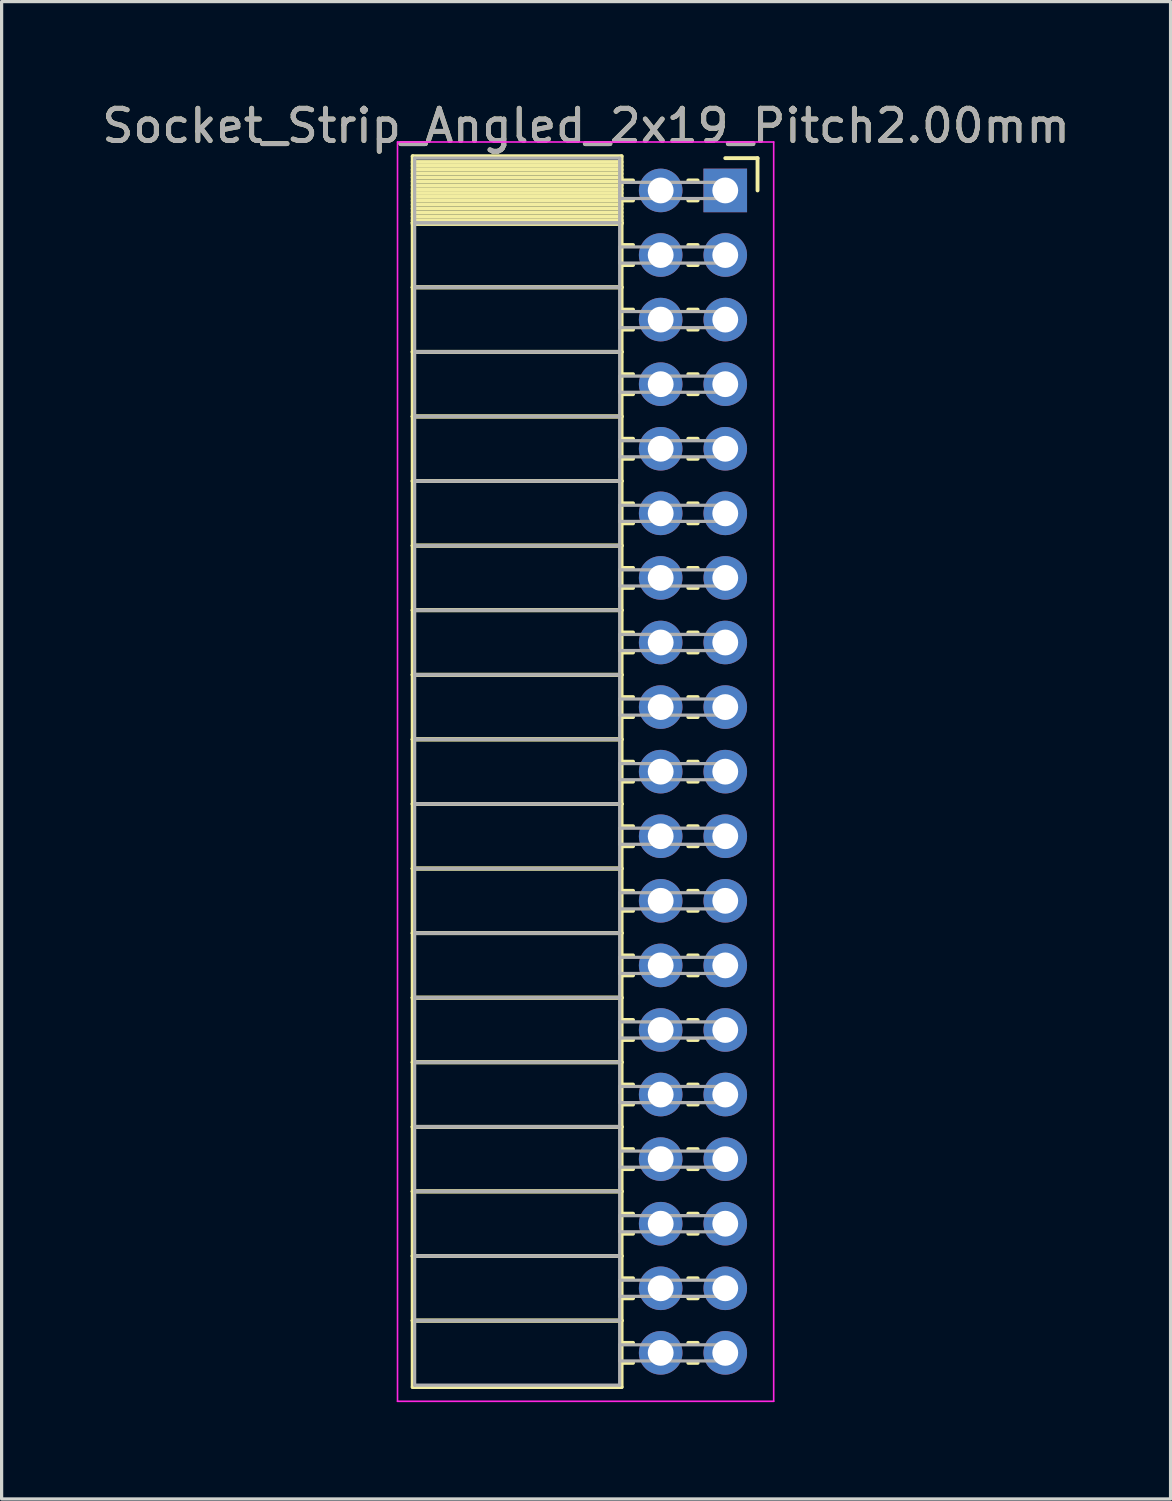
<source format=kicad_pcb>
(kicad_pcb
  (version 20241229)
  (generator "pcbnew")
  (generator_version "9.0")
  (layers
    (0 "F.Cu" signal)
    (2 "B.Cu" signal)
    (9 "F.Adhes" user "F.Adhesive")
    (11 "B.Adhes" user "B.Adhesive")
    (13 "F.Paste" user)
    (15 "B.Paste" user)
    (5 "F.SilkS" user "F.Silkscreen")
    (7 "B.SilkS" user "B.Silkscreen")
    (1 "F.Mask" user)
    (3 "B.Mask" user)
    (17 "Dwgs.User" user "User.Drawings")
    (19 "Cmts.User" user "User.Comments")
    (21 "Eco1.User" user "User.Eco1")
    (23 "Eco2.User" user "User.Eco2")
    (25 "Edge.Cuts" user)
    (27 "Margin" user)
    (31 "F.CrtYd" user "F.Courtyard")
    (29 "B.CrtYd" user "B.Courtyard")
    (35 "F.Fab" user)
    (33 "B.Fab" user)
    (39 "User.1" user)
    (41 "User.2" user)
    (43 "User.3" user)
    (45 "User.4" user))
  (footprint "Socket_Strip_Angled_2x19_Pitch2.00mm"
    (layer "F.Cu")
    (at 19.411 2.848)
    (property "Reference" "Socket_Strip_Angled_2x19_Pitch2.00mm" (at -4.31 -2 0) (layer "F.SilkS") (effects (font (size 1 1) (thickness 0.15))))
    (attr through_hole)
    (fp_line (start -9.68 -1.06) (end -3.21 -1.06) (stroke (width 0.12) (type solid)) (layer "F.SilkS"))
    (fp_line (start -9.68 1) (end -9.68 -1.06) (stroke (width 0.12) (type solid)) (layer "F.SilkS"))
    (fp_line (start -9.68 1) (end -3.21 1) (stroke (width 0.12) (type solid)) (layer "F.SilkS"))
    (fp_line (start -9.68 3) (end -9.68 1) (stroke (width 0.12) (type solid)) (layer "F.SilkS"))
    (fp_line (start -9.68 3) (end -3.21 3) (stroke (width 0.12) (type solid)) (layer "F.SilkS"))
    (fp_line (start -9.68 5) (end -9.68 3) (stroke (width 0.12) (type solid)) (layer "F.SilkS"))
    (fp_line (start -9.68 5) (end -3.21 5) (stroke (width 0.12) (type solid)) (layer "F.SilkS"))
    (fp_line (start -9.68 7) (end -9.68 5) (stroke (width 0.12) (type solid)) (layer "F.SilkS"))
    (fp_line (start -9.68 7) (end -3.21 7) (stroke (width 0.12) (type solid)) (layer "F.SilkS"))
    (fp_line (start -9.68 9) (end -9.68 7) (stroke (width 0.12) (type solid)) (layer "F.SilkS"))
    (fp_line (start -9.68 9) (end -3.21 9) (stroke (width 0.12) (type solid)) (layer "F.SilkS"))
    (fp_line (start -9.68 11) (end -9.68 9) (stroke (width 0.12) (type solid)) (layer "F.SilkS"))
    (fp_line (start -9.68 11) (end -3.21 11) (stroke (width 0.12) (type solid)) (layer "F.SilkS"))
    (fp_line (start -9.68 13) (end -9.68 11) (stroke (width 0.12) (type solid)) (layer "F.SilkS"))
    (fp_line (start -9.68 13) (end -3.21 13) (stroke (width 0.12) (type solid)) (layer "F.SilkS"))
    (fp_line (start -9.68 15) (end -9.68 13) (stroke (width 0.12) (type solid)) (layer "F.SilkS"))
    (fp_line (start -9.68 15) (end -3.21 15) (stroke (width 0.12) (type solid)) (layer "F.SilkS"))
    (fp_line (start -9.68 17) (end -9.68 15) (stroke (width 0.12) (type solid)) (layer "F.SilkS"))
    (fp_line (start -9.68 17) (end -3.21 17) (stroke (width 0.12) (type solid)) (layer "F.SilkS"))
    (fp_line (start -9.68 19) (end -9.68 17) (stroke (width 0.12) (type solid)) (layer "F.SilkS"))
    (fp_line (start -9.68 19) (end -3.21 19) (stroke (width 0.12) (type solid)) (layer "F.SilkS"))
    (fp_line (start -9.68 21) (end -9.68 19) (stroke (width 0.12) (type solid)) (layer "F.SilkS"))
    (fp_line (start -9.68 21) (end -3.21 21) (stroke (width 0.12) (type solid)) (layer "F.SilkS"))
    (fp_line (start -9.68 23) (end -9.68 21) (stroke (width 0.12) (type solid)) (layer "F.SilkS"))
    (fp_line (start -9.68 23) (end -3.21 23) (stroke (width 0.12) (type solid)) (layer "F.SilkS"))
    (fp_line (start -9.68 25) (end -9.68 23) (stroke (width 0.12) (type solid)) (layer "F.SilkS"))
    (fp_line (start -9.68 25) (end -3.21 25) (stroke (width 0.12) (type solid)) (layer "F.SilkS"))
    (fp_line (start -9.68 27) (end -9.68 25) (stroke (width 0.12) (type solid)) (layer "F.SilkS"))
    (fp_line (start -9.68 27) (end -3.21 27) (stroke (width 0.12) (type solid)) (layer "F.SilkS"))
    (fp_line (start -9.68 29) (end -9.68 27) (stroke (width 0.12) (type solid)) (layer "F.SilkS"))
    (fp_line (start -9.68 29) (end -3.21 29) (stroke (width 0.12) (type solid)) (layer "F.SilkS"))
    (fp_line (start -9.68 31) (end -9.68 29) (stroke (width 0.12) (type solid)) (layer "F.SilkS"))
    (fp_line (start -9.68 31) (end -3.21 31) (stroke (width 0.12) (type solid)) (layer "F.SilkS"))
    (fp_line (start -9.68 33) (end -9.68 31) (stroke (width 0.12) (type solid)) (layer "F.SilkS"))
    (fp_line (start -9.68 33) (end -3.21 33) (stroke (width 0.12) (type solid)) (layer "F.SilkS"))
    (fp_line (start -9.68 35) (end -9.68 33) (stroke (width 0.12) (type solid)) (layer "F.SilkS"))
    (fp_line (start -9.68 35) (end -3.21 35) (stroke (width 0.12) (type solid)) (layer "F.SilkS"))
    (fp_line (start -9.68 37.06) (end -9.68 35) (stroke (width 0.12) (type solid)) (layer "F.SilkS"))
    (fp_line (start -3.21 -1.06) (end -3.21 1) (stroke (width 0.12) (type solid)) (layer "F.SilkS"))
    (fp_line (start -3.21 -0.88) (end -9.68 -0.88) (stroke (width 0.12) (type solid)) (layer "F.SilkS"))
    (fp_line (start -3.21 -0.76) (end -9.68 -0.76) (stroke (width 0.12) (type solid)) (layer "F.SilkS"))
    (fp_line (start -3.21 -0.64) (end -9.68 -0.64) (stroke (width 0.12) (type solid)) (layer "F.SilkS"))
    (fp_line (start -3.21 -0.52) (end -9.68 -0.52) (stroke (width 0.12) (type solid)) (layer "F.SilkS"))
    (fp_line (start -3.21 -0.4) (end -9.68 -0.4) (stroke (width 0.12) (type solid)) (layer "F.SilkS"))
    (fp_line (start -3.21 -0.28) (end -9.68 -0.28) (stroke (width 0.12) (type solid)) (layer "F.SilkS"))
    (fp_line (start -3.21 -0.16) (end -9.68 -0.16) (stroke (width 0.12) (type solid)) (layer "F.SilkS"))
    (fp_line (start -3.21 -0.04) (end -9.68 -0.04) (stroke (width 0.12) (type solid)) (layer "F.SilkS"))
    (fp_line (start -3.21 0.08) (end -9.68 0.08) (stroke (width 0.12) (type solid)) (layer "F.SilkS"))
    (fp_line (start -3.21 0.2) (end -9.68 0.2) (stroke (width 0.12) (type solid)) (layer "F.SilkS"))
    (fp_line (start -3.21 0.32) (end -9.68 0.32) (stroke (width 0.12) (type solid)) (layer "F.SilkS"))
    (fp_line (start -3.21 0.44) (end -9.68 0.44) (stroke (width 0.12) (type solid)) (layer "F.SilkS"))
    (fp_line (start -3.21 0.56) (end -9.68 0.56) (stroke (width 0.12) (type solid)) (layer "F.SilkS"))
    (fp_line (start -3.21 0.68) (end -9.68 0.68) (stroke (width 0.12) (type solid)) (layer "F.SilkS"))
    (fp_line (start -3.21 0.8) (end -9.68 0.8) (stroke (width 0.12) (type solid)) (layer "F.SilkS"))
    (fp_line (start -3.21 0.92) (end -9.68 0.92) (stroke (width 0.12) (type solid)) (layer "F.SilkS"))
    (fp_line (start -3.21 1) (end -9.68 1) (stroke (width 0.12) (type solid)) (layer "F.SilkS"))
    (fp_line (start -3.21 1) (end -3.21 3) (stroke (width 0.12) (type solid)) (layer "F.SilkS"))
    (fp_line (start -3.21 1.04) (end -9.68 1.04) (stroke (width 0.12) (type solid)) (layer "F.SilkS"))
    (fp_line (start -3.21 3) (end -9.68 3) (stroke (width 0.12) (type solid)) (layer "F.SilkS"))
    (fp_line (start -3.21 3) (end -3.21 5) (stroke (width 0.12) (type solid)) (layer "F.SilkS"))
    (fp_line (start -3.21 5) (end -9.68 5) (stroke (width 0.12) (type solid)) (layer "F.SilkS"))
    (fp_line (start -3.21 5) (end -3.21 7) (stroke (width 0.12) (type solid)) (layer "F.SilkS"))
    (fp_line (start -3.21 7) (end -9.68 7) (stroke (width 0.12) (type solid)) (layer "F.SilkS"))
    (fp_line (start -3.21 7) (end -3.21 9) (stroke (width 0.12) (type solid)) (layer "F.SilkS"))
    (fp_line (start -3.21 9) (end -9.68 9) (stroke (width 0.12) (type solid)) (layer "F.SilkS"))
    (fp_line (start -3.21 9) (end -3.21 11) (stroke (width 0.12) (type solid)) (layer "F.SilkS"))
    (fp_line (start -3.21 11) (end -9.68 11) (stroke (width 0.12) (type solid)) (layer "F.SilkS"))
    (fp_line (start -3.21 11) (end -3.21 13) (stroke (width 0.12) (type solid)) (layer "F.SilkS"))
    (fp_line (start -3.21 13) (end -9.68 13) (stroke (width 0.12) (type solid)) (layer "F.SilkS"))
    (fp_line (start -3.21 13) (end -3.21 15) (stroke (width 0.12) (type solid)) (layer "F.SilkS"))
    (fp_line (start -3.21 15) (end -9.68 15) (stroke (width 0.12) (type solid)) (layer "F.SilkS"))
    (fp_line (start -3.21 15) (end -3.21 17) (stroke (width 0.12) (type solid)) (layer "F.SilkS"))
    (fp_line (start -3.21 17) (end -9.68 17) (stroke (width 0.12) (type solid)) (layer "F.SilkS"))
    (fp_line (start -3.21 17) (end -3.21 19) (stroke (width 0.12) (type solid)) (layer "F.SilkS"))
    (fp_line (start -3.21 19) (end -9.68 19) (stroke (width 0.12) (type solid)) (layer "F.SilkS"))
    (fp_line (start -3.21 19) (end -3.21 21) (stroke (width 0.12) (type solid)) (layer "F.SilkS"))
    (fp_line (start -3.21 21) (end -9.68 21) (stroke (width 0.12) (type solid)) (layer "F.SilkS"))
    (fp_line (start -3.21 21) (end -3.21 23) (stroke (width 0.12) (type solid)) (layer "F.SilkS"))
    (fp_line (start -3.21 23) (end -9.68 23) (stroke (width 0.12) (type solid)) (layer "F.SilkS"))
    (fp_line (start -3.21 23) (end -3.21 25) (stroke (width 0.12) (type solid)) (layer "F.SilkS"))
    (fp_line (start -3.21 25) (end -9.68 25) (stroke (width 0.12) (type solid)) (layer "F.SilkS"))
    (fp_line (start -3.21 25) (end -3.21 27) (stroke (width 0.12) (type solid)) (layer "F.SilkS"))
    (fp_line (start -3.21 27) (end -9.68 27) (stroke (width 0.12) (type solid)) (layer "F.SilkS"))
    (fp_line (start -3.21 27) (end -3.21 29) (stroke (width 0.12) (type solid)) (layer "F.SilkS"))
    (fp_line (start -3.21 29) (end -9.68 29) (stroke (width 0.12) (type solid)) (layer "F.SilkS"))
    (fp_line (start -3.21 29) (end -3.21 31) (stroke (width 0.12) (type solid)) (layer "F.SilkS"))
    (fp_line (start -3.21 31) (end -9.68 31) (stroke (width 0.12) (type solid)) (layer "F.SilkS"))
    (fp_line (start -3.21 31) (end -3.21 33) (stroke (width 0.12) (type solid)) (layer "F.SilkS"))
    (fp_line (start -3.21 33) (end -9.68 33) (stroke (width 0.12) (type solid)) (layer "F.SilkS"))
    (fp_line (start -3.21 33) (end -3.21 35) (stroke (width 0.12) (type solid)) (layer "F.SilkS"))
    (fp_line (start -3.21 35) (end -9.68 35) (stroke (width 0.12) (type solid)) (layer "F.SilkS"))
    (fp_line (start -3.21 35) (end -3.21 37.06) (stroke (width 0.12) (type solid)) (layer "F.SilkS"))
    (fp_line (start -3.21 37.06) (end -9.68 37.06) (stroke (width 0.12) (type solid)) (layer "F.SilkS"))
    (fp_line (start -2.855 -0.31) (end -3.21 -0.31) (stroke (width 0.12) (type solid)) (layer "F.SilkS"))
    (fp_line (start -2.855 0.31) (end -3.21 0.31) (stroke (width 0.12) (type solid)) (layer "F.SilkS"))
    (fp_line (start -2.855 1.69) (end -3.21 1.69) (stroke (width 0.12) (type solid)) (layer "F.SilkS"))
    (fp_line (start -2.855 2.31) (end -3.21 2.31) (stroke (width 0.12) (type solid)) (layer "F.SilkS"))
    (fp_line (start -2.855 3.69) (end -3.21 3.69) (stroke (width 0.12) (type solid)) (layer "F.SilkS"))
    (fp_line (start -2.855 4.31) (end -3.21 4.31) (stroke (width 0.12) (type solid)) (layer "F.SilkS"))
    (fp_line (start -2.855 5.69) (end -3.21 5.69) (stroke (width 0.12) (type solid)) (layer "F.SilkS"))
    (fp_line (start -2.855 6.31) (end -3.21 6.31) (stroke (width 0.12) (type solid)) (layer "F.SilkS"))
    (fp_line (start -2.855 7.69) (end -3.21 7.69) (stroke (width 0.12) (type solid)) (layer "F.SilkS"))
    (fp_line (start -2.855 8.31) (end -3.21 8.31) (stroke (width 0.12) (type solid)) (layer "F.SilkS"))
    (fp_line (start -2.855 9.69) (end -3.21 9.69) (stroke (width 0.12) (type solid)) (layer "F.SilkS"))
    (fp_line (start -2.855 10.31) (end -3.21 10.31) (stroke (width 0.12) (type solid)) (layer "F.SilkS"))
    (fp_line (start -2.855 11.69) (end -3.21 11.69) (stroke (width 0.12) (type solid)) (layer "F.SilkS"))
    (fp_line (start -2.855 12.31) (end -3.21 12.31) (stroke (width 0.12) (type solid)) (layer "F.SilkS"))
    (fp_line (start -2.855 13.69) (end -3.21 13.69) (stroke (width 0.12) (type solid)) (layer "F.SilkS"))
    (fp_line (start -2.855 14.31) (end -3.21 14.31) (stroke (width 0.12) (type solid)) (layer "F.SilkS"))
    (fp_line (start -2.855 15.69) (end -3.21 15.69) (stroke (width 0.12) (type solid)) (layer "F.SilkS"))
    (fp_line (start -2.855 16.31) (end -3.21 16.31) (stroke (width 0.12) (type solid)) (layer "F.SilkS"))
    (fp_line (start -2.855 17.69) (end -3.21 17.69) (stroke (width 0.12) (type solid)) (layer "F.SilkS"))
    (fp_line (start -2.855 18.31) (end -3.21 18.31) (stroke (width 0.12) (type solid)) (layer "F.SilkS"))
    (fp_line (start -2.855 19.69) (end -3.21 19.69) (stroke (width 0.12) (type solid)) (layer "F.SilkS"))
    (fp_line (start -2.855 20.31) (end -3.21 20.31) (stroke (width 0.12) (type solid)) (layer "F.SilkS"))
    (fp_line (start -2.855 21.69) (end -3.21 21.69) (stroke (width 0.12) (type solid)) (layer "F.SilkS"))
    (fp_line (start -2.855 22.31) (end -3.21 22.31) (stroke (width 0.12) (type solid)) (layer "F.SilkS"))
    (fp_line (start -2.855 23.69) (end -3.21 23.69) (stroke (width 0.12) (type solid)) (layer "F.SilkS"))
    (fp_line (start -2.855 24.31) (end -3.21 24.31) (stroke (width 0.12) (type solid)) (layer "F.SilkS"))
    (fp_line (start -2.855 25.69) (end -3.21 25.69) (stroke (width 0.12) (type solid)) (layer "F.SilkS"))
    (fp_line (start -2.855 26.31) (end -3.21 26.31) (stroke (width 0.12) (type solid)) (layer "F.SilkS"))
    (fp_line (start -2.855 27.69) (end -3.21 27.69) (stroke (width 0.12) (type solid)) (layer "F.SilkS"))
    (fp_line (start -2.855 28.31) (end -3.21 28.31) (stroke (width 0.12) (type solid)) (layer "F.SilkS"))
    (fp_line (start -2.855 29.69) (end -3.21 29.69) (stroke (width 0.12) (type solid)) (layer "F.SilkS"))
    (fp_line (start -2.855 30.31) (end -3.21 30.31) (stroke (width 0.12) (type solid)) (layer "F.SilkS"))
    (fp_line (start -2.855 31.69) (end -3.21 31.69) (stroke (width 0.12) (type solid)) (layer "F.SilkS"))
    (fp_line (start -2.855 32.31) (end -3.21 32.31) (stroke (width 0.12) (type solid)) (layer "F.SilkS"))
    (fp_line (start -2.855 33.69) (end -3.21 33.69) (stroke (width 0.12) (type solid)) (layer "F.SilkS"))
    (fp_line (start -2.855 34.31) (end -3.21 34.31) (stroke (width 0.12) (type solid)) (layer "F.SilkS"))
    (fp_line (start -2.855 35.69) (end -3.21 35.69) (stroke (width 0.12) (type solid)) (layer "F.SilkS"))
    (fp_line (start -2.855 36.31) (end -3.21 36.31) (stroke (width 0.12) (type solid)) (layer "F.SilkS"))
    (fp_line (start -0.855 -0.31) (end -1.145 -0.31) (stroke (width 0.12) (type solid)) (layer "F.SilkS"))
    (fp_line (start -0.855 0.31) (end -1.145 0.31) (stroke (width 0.12) (type solid)) (layer "F.SilkS"))
    (fp_line (start -0.855 1.69) (end -1.145 1.69) (stroke (width 0.12) (type solid)) (layer "F.SilkS"))
    (fp_line (start -0.855 2.31) (end -1.145 2.31) (stroke (width 0.12) (type solid)) (layer "F.SilkS"))
    (fp_line (start -0.855 3.69) (end -1.145 3.69) (stroke (width 0.12) (type solid)) (layer "F.SilkS"))
    (fp_line (start -0.855 4.31) (end -1.145 4.31) (stroke (width 0.12) (type solid)) (layer "F.SilkS"))
    (fp_line (start -0.855 5.69) (end -1.145 5.69) (stroke (width 0.12) (type solid)) (layer "F.SilkS"))
    (fp_line (start -0.855 6.31) (end -1.145 6.31) (stroke (width 0.12) (type solid)) (layer "F.SilkS"))
    (fp_line (start -0.855 7.69) (end -1.145 7.69) (stroke (width 0.12) (type solid)) (layer "F.SilkS"))
    (fp_line (start -0.855 8.31) (end -1.145 8.31) (stroke (width 0.12) (type solid)) (layer "F.SilkS"))
    (fp_line (start -0.855 9.69) (end -1.145 9.69) (stroke (width 0.12) (type solid)) (layer "F.SilkS"))
    (fp_line (start -0.855 10.31) (end -1.145 10.31) (stroke (width 0.12) (type solid)) (layer "F.SilkS"))
    (fp_line (start -0.855 11.69) (end -1.145 11.69) (stroke (width 0.12) (type solid)) (layer "F.SilkS"))
    (fp_line (start -0.855 12.31) (end -1.145 12.31) (stroke (width 0.12) (type solid)) (layer "F.SilkS"))
    (fp_line (start -0.855 13.69) (end -1.145 13.69) (stroke (width 0.12) (type solid)) (layer "F.SilkS"))
    (fp_line (start -0.855 14.31) (end -1.145 14.31) (stroke (width 0.12) (type solid)) (layer "F.SilkS"))
    (fp_line (start -0.855 15.69) (end -1.145 15.69) (stroke (width 0.12) (type solid)) (layer "F.SilkS"))
    (fp_line (start -0.855 16.31) (end -1.145 16.31) (stroke (width 0.12) (type solid)) (layer "F.SilkS"))
    (fp_line (start -0.855 17.69) (end -1.145 17.69) (stroke (width 0.12) (type solid)) (layer "F.SilkS"))
    (fp_line (start -0.855 18.31) (end -1.145 18.31) (stroke (width 0.12) (type solid)) (layer "F.SilkS"))
    (fp_line (start -0.855 19.69) (end -1.145 19.69) (stroke (width 0.12) (type solid)) (layer "F.SilkS"))
    (fp_line (start -0.855 20.31) (end -1.145 20.31) (stroke (width 0.12) (type solid)) (layer "F.SilkS"))
    (fp_line (start -0.855 21.69) (end -1.145 21.69) (stroke (width 0.12) (type solid)) (layer "F.SilkS"))
    (fp_line (start -0.855 22.31) (end -1.145 22.31) (stroke (width 0.12) (type solid)) (layer "F.SilkS"))
    (fp_line (start -0.855 23.69) (end -1.145 23.69) (stroke (width 0.12) (type solid)) (layer "F.SilkS"))
    (fp_line (start -0.855 24.31) (end -1.145 24.31) (stroke (width 0.12) (type solid)) (layer "F.SilkS"))
    (fp_line (start -0.855 25.69) (end -1.145 25.69) (stroke (width 0.12) (type solid)) (layer "F.SilkS"))
    (fp_line (start -0.855 26.31) (end -1.145 26.31) (stroke (width 0.12) (type solid)) (layer "F.SilkS"))
    (fp_line (start -0.855 27.69) (end -1.145 27.69) (stroke (width 0.12) (type solid)) (layer "F.SilkS"))
    (fp_line (start -0.855 28.31) (end -1.145 28.31) (stroke (width 0.12) (type solid)) (layer "F.SilkS"))
    (fp_line (start -0.855 29.69) (end -1.145 29.69) (stroke (width 0.12) (type solid)) (layer "F.SilkS"))
    (fp_line (start -0.855 30.31) (end -1.145 30.31) (stroke (width 0.12) (type solid)) (layer "F.SilkS"))
    (fp_line (start -0.855 31.69) (end -1.145 31.69) (stroke (width 0.12) (type solid)) (layer "F.SilkS"))
    (fp_line (start -0.855 32.31) (end -1.145 32.31) (stroke (width 0.12) (type solid)) (layer "F.SilkS"))
    (fp_line (start -0.855 33.69) (end -1.145 33.69) (stroke (width 0.12) (type solid)) (layer "F.SilkS"))
    (fp_line (start -0.855 34.31) (end -1.145 34.31) (stroke (width 0.12) (type solid)) (layer "F.SilkS"))
    (fp_line (start -0.855 35.69) (end -1.145 35.69) (stroke (width 0.12) (type solid)) (layer "F.SilkS"))
    (fp_line (start -0.855 36.31) (end -1.145 36.31) (stroke (width 0.12) (type solid)) (layer "F.SilkS"))
    (fp_line (start 0 -1) (end 1 -1) (stroke (width 0.12) (type solid)) (layer "F.SilkS"))
    (fp_line (start 1 -1) (end 1 0) (stroke (width 0.12) (type solid)) (layer "F.SilkS"))
    (fp_line (start -10.15 -1.5) (end 1.5 -1.5) (stroke (width 0.05) (type solid)) (layer "F.CrtYd"))
    (fp_line (start -10.15 37.5) (end -10.15 -1.5) (stroke (width 0.05) (type solid)) (layer "F.CrtYd"))
    (fp_line (start 1.5 -1.5) (end 1.5 37.5) (stroke (width 0.05) (type solid)) (layer "F.CrtYd"))
    (fp_line (start 1.5 37.5) (end -10.15 37.5) (stroke (width 0.05) (type solid)) (layer "F.CrtYd"))
    (fp_line (start -9.62 -1) (end -3.27 -1) (stroke (width 0.1) (type solid)) (layer "F.Fab"))
    (fp_line (start -9.62 1) (end -9.62 -1) (stroke (width 0.1) (type solid)) (layer "F.Fab"))
    (fp_line (start -9.62 1) (end -3.27 1) (stroke (width 0.1) (type solid)) (layer "F.Fab"))
    (fp_line (start -9.62 3) (end -9.62 1) (stroke (width 0.1) (type solid)) (layer "F.Fab"))
    (fp_line (start -9.62 3) (end -3.27 3) (stroke (width 0.1) (type solid)) (layer "F.Fab"))
    (fp_line (start -9.62 5) (end -9.62 3) (stroke (width 0.1) (type solid)) (layer "F.Fab"))
    (fp_line (start -9.62 5) (end -3.27 5) (stroke (width 0.1) (type solid)) (layer "F.Fab"))
    (fp_line (start -9.62 7) (end -9.62 5) (stroke (width 0.1) (type solid)) (layer "F.Fab"))
    (fp_line (start -9.62 7) (end -3.27 7) (stroke (width 0.1) (type solid)) (layer "F.Fab"))
    (fp_line (start -9.62 9) (end -9.62 7) (stroke (width 0.1) (type solid)) (layer "F.Fab"))
    (fp_line (start -9.62 9) (end -3.27 9) (stroke (width 0.1) (type solid)) (layer "F.Fab"))
    (fp_line (start -9.62 11) (end -9.62 9) (stroke (width 0.1) (type solid)) (layer "F.Fab"))
    (fp_line (start -9.62 11) (end -3.27 11) (stroke (width 0.1) (type solid)) (layer "F.Fab"))
    (fp_line (start -9.62 13) (end -9.62 11) (stroke (width 0.1) (type solid)) (layer "F.Fab"))
    (fp_line (start -9.62 13) (end -3.27 13) (stroke (width 0.1) (type solid)) (layer "F.Fab"))
    (fp_line (start -9.62 15) (end -9.62 13) (stroke (width 0.1) (type solid)) (layer "F.Fab"))
    (fp_line (start -9.62 15) (end -3.27 15) (stroke (width 0.1) (type solid)) (layer "F.Fab"))
    (fp_line (start -9.62 17) (end -9.62 15) (stroke (width 0.1) (type solid)) (layer "F.Fab"))
    (fp_line (start -9.62 17) (end -3.27 17) (stroke (width 0.1) (type solid)) (layer "F.Fab"))
    (fp_line (start -9.62 19) (end -9.62 17) (stroke (width 0.1) (type solid)) (layer "F.Fab"))
    (fp_line (start -9.62 19) (end -3.27 19) (stroke (width 0.1) (type solid)) (layer "F.Fab"))
    (fp_line (start -9.62 21) (end -9.62 19) (stroke (width 0.1) (type solid)) (layer "F.Fab"))
    (fp_line (start -9.62 21) (end -3.27 21) (stroke (width 0.1) (type solid)) (layer "F.Fab"))
    (fp_line (start -9.62 23) (end -9.62 21) (stroke (width 0.1) (type solid)) (layer "F.Fab"))
    (fp_line (start -9.62 23) (end -3.27 23) (stroke (width 0.1) (type solid)) (layer "F.Fab"))
    (fp_line (start -9.62 25) (end -9.62 23) (stroke (width 0.1) (type solid)) (layer "F.Fab"))
    (fp_line (start -9.62 25) (end -3.27 25) (stroke (width 0.1) (type solid)) (layer "F.Fab"))
    (fp_line (start -9.62 27) (end -9.62 25) (stroke (width 0.1) (type solid)) (layer "F.Fab"))
    (fp_line (start -9.62 27) (end -3.27 27) (stroke (width 0.1) (type solid)) (layer "F.Fab"))
    (fp_line (start -9.62 29) (end -9.62 27) (stroke (width 0.1) (type solid)) (layer "F.Fab"))
    (fp_line (start -9.62 29) (end -3.27 29) (stroke (width 0.1) (type solid)) (layer "F.Fab"))
    (fp_line (start -9.62 31) (end -9.62 29) (stroke (width 0.1) (type solid)) (layer "F.Fab"))
    (fp_line (start -9.62 31) (end -3.27 31) (stroke (width 0.1) (type solid)) (layer "F.Fab"))
    (fp_line (start -9.62 33) (end -9.62 31) (stroke (width 0.1) (type solid)) (layer "F.Fab"))
    (fp_line (start -9.62 33) (end -3.27 33) (stroke (width 0.1) (type solid)) (layer "F.Fab"))
    (fp_line (start -9.62 35) (end -9.62 33) (stroke (width 0.1) (type solid)) (layer "F.Fab"))
    (fp_line (start -9.62 35) (end -3.27 35) (stroke (width 0.1) (type solid)) (layer "F.Fab"))
    (fp_line (start -9.62 37) (end -9.62 35) (stroke (width 0.1) (type solid)) (layer "F.Fab"))
    (fp_line (start -3.27 -1) (end -3.27 1) (stroke (width 0.1) (type solid)) (layer "F.Fab"))
    (fp_line (start -3.27 -0.25) (end 0 -0.25) (stroke (width 0.1) (type solid)) (layer "F.Fab"))
    (fp_line (start -3.27 0.25) (end -3.27 -0.25) (stroke (width 0.1) (type solid)) (layer "F.Fab"))
    (fp_line (start -3.27 1) (end -9.62 1) (stroke (width 0.1) (type solid)) (layer "F.Fab"))
    (fp_line (start -3.27 1) (end -3.27 3) (stroke (width 0.1) (type solid)) (layer "F.Fab"))
    (fp_line (start -3.27 1.75) (end 0 1.75) (stroke (width 0.1) (type solid)) (layer "F.Fab"))
    (fp_line (start -3.27 2.25) (end -3.27 1.75) (stroke (width 0.1) (type solid)) (layer "F.Fab"))
    (fp_line (start -3.27 3) (end -9.62 3) (stroke (width 0.1) (type solid)) (layer "F.Fab"))
    (fp_line (start -3.27 3) (end -3.27 5) (stroke (width 0.1) (type solid)) (layer "F.Fab"))
    (fp_line (start -3.27 3.75) (end 0 3.75) (stroke (width 0.1) (type solid)) (layer "F.Fab"))
    (fp_line (start -3.27 4.25) (end -3.27 3.75) (stroke (width 0.1) (type solid)) (layer "F.Fab"))
    (fp_line (start -3.27 5) (end -9.62 5) (stroke (width 0.1) (type solid)) (layer "F.Fab"))
    (fp_line (start -3.27 5) (end -3.27 7) (stroke (width 0.1) (type solid)) (layer "F.Fab"))
    (fp_line (start -3.27 5.75) (end 0 5.75) (stroke (width 0.1) (type solid)) (layer "F.Fab"))
    (fp_line (start -3.27 6.25) (end -3.27 5.75) (stroke (width 0.1) (type solid)) (layer "F.Fab"))
    (fp_line (start -3.27 7) (end -9.62 7) (stroke (width 0.1) (type solid)) (layer "F.Fab"))
    (fp_line (start -3.27 7) (end -3.27 9) (stroke (width 0.1) (type solid)) (layer "F.Fab"))
    (fp_line (start -3.27 7.75) (end 0 7.75) (stroke (width 0.1) (type solid)) (layer "F.Fab"))
    (fp_line (start -3.27 8.25) (end -3.27 7.75) (stroke (width 0.1) (type solid)) (layer "F.Fab"))
    (fp_line (start -3.27 9) (end -9.62 9) (stroke (width 0.1) (type solid)) (layer "F.Fab"))
    (fp_line (start -3.27 9) (end -3.27 11) (stroke (width 0.1) (type solid)) (layer "F.Fab"))
    (fp_line (start -3.27 9.75) (end 0 9.75) (stroke (width 0.1) (type solid)) (layer "F.Fab"))
    (fp_line (start -3.27 10.25) (end -3.27 9.75) (stroke (width 0.1) (type solid)) (layer "F.Fab"))
    (fp_line (start -3.27 11) (end -9.62 11) (stroke (width 0.1) (type solid)) (layer "F.Fab"))
    (fp_line (start -3.27 11) (end -3.27 13) (stroke (width 0.1) (type solid)) (layer "F.Fab"))
    (fp_line (start -3.27 11.75) (end 0 11.75) (stroke (width 0.1) (type solid)) (layer "F.Fab"))
    (fp_line (start -3.27 12.25) (end -3.27 11.75) (stroke (width 0.1) (type solid)) (layer "F.Fab"))
    (fp_line (start -3.27 13) (end -9.62 13) (stroke (width 0.1) (type solid)) (layer "F.Fab"))
    (fp_line (start -3.27 13) (end -3.27 15) (stroke (width 0.1) (type solid)) (layer "F.Fab"))
    (fp_line (start -3.27 13.75) (end 0 13.75) (stroke (width 0.1) (type solid)) (layer "F.Fab"))
    (fp_line (start -3.27 14.25) (end -3.27 13.75) (stroke (width 0.1) (type solid)) (layer "F.Fab"))
    (fp_line (start -3.27 15) (end -9.62 15) (stroke (width 0.1) (type solid)) (layer "F.Fab"))
    (fp_line (start -3.27 15) (end -3.27 17) (stroke (width 0.1) (type solid)) (layer "F.Fab"))
    (fp_line (start -3.27 15.75) (end 0 15.75) (stroke (width 0.1) (type solid)) (layer "F.Fab"))
    (fp_line (start -3.27 16.25) (end -3.27 15.75) (stroke (width 0.1) (type solid)) (layer "F.Fab"))
    (fp_line (start -3.27 17) (end -9.62 17) (stroke (width 0.1) (type solid)) (layer "F.Fab"))
    (fp_line (start -3.27 17) (end -3.27 19) (stroke (width 0.1) (type solid)) (layer "F.Fab"))
    (fp_line (start -3.27 17.75) (end 0 17.75) (stroke (width 0.1) (type solid)) (layer "F.Fab"))
    (fp_line (start -3.27 18.25) (end -3.27 17.75) (stroke (width 0.1) (type solid)) (layer "F.Fab"))
    (fp_line (start -3.27 19) (end -9.62 19) (stroke (width 0.1) (type solid)) (layer "F.Fab"))
    (fp_line (start -3.27 19) (end -3.27 21) (stroke (width 0.1) (type solid)) (layer "F.Fab"))
    (fp_line (start -3.27 19.75) (end 0 19.75) (stroke (width 0.1) (type solid)) (layer "F.Fab"))
    (fp_line (start -3.27 20.25) (end -3.27 19.75) (stroke (width 0.1) (type solid)) (layer "F.Fab"))
    (fp_line (start -3.27 21) (end -9.62 21) (stroke (width 0.1) (type solid)) (layer "F.Fab"))
    (fp_line (start -3.27 21) (end -3.27 23) (stroke (width 0.1) (type solid)) (layer "F.Fab"))
    (fp_line (start -3.27 21.75) (end 0 21.75) (stroke (width 0.1) (type solid)) (layer "F.Fab"))
    (fp_line (start -3.27 22.25) (end -3.27 21.75) (stroke (width 0.1) (type solid)) (layer "F.Fab"))
    (fp_line (start -3.27 23) (end -9.62 23) (stroke (width 0.1) (type solid)) (layer "F.Fab"))
    (fp_line (start -3.27 23) (end -3.27 25) (stroke (width 0.1) (type solid)) (layer "F.Fab"))
    (fp_line (start -3.27 23.75) (end 0 23.75) (stroke (width 0.1) (type solid)) (layer "F.Fab"))
    (fp_line (start -3.27 24.25) (end -3.27 23.75) (stroke (width 0.1) (type solid)) (layer "F.Fab"))
    (fp_line (start -3.27 25) (end -9.62 25) (stroke (width 0.1) (type solid)) (layer "F.Fab"))
    (fp_line (start -3.27 25) (end -3.27 27) (stroke (width 0.1) (type solid)) (layer "F.Fab"))
    (fp_line (start -3.27 25.75) (end 0 25.75) (stroke (width 0.1) (type solid)) (layer "F.Fab"))
    (fp_line (start -3.27 26.25) (end -3.27 25.75) (stroke (width 0.1) (type solid)) (layer "F.Fab"))
    (fp_line (start -3.27 27) (end -9.62 27) (stroke (width 0.1) (type solid)) (layer "F.Fab"))
    (fp_line (start -3.27 27) (end -3.27 29) (stroke (width 0.1) (type solid)) (layer "F.Fab"))
    (fp_line (start -3.27 27.75) (end 0 27.75) (stroke (width 0.1) (type solid)) (layer "F.Fab"))
    (fp_line (start -3.27 28.25) (end -3.27 27.75) (stroke (width 0.1) (type solid)) (layer "F.Fab"))
    (fp_line (start -3.27 29) (end -9.62 29) (stroke (width 0.1) (type solid)) (layer "F.Fab"))
    (fp_line (start -3.27 29) (end -3.27 31) (stroke (width 0.1) (type solid)) (layer "F.Fab"))
    (fp_line (start -3.27 29.75) (end 0 29.75) (stroke (width 0.1) (type solid)) (layer "F.Fab"))
    (fp_line (start -3.27 30.25) (end -3.27 29.75) (stroke (width 0.1) (type solid)) (layer "F.Fab"))
    (fp_line (start -3.27 31) (end -9.62 31) (stroke (width 0.1) (type solid)) (layer "F.Fab"))
    (fp_line (start -3.27 31) (end -3.27 33) (stroke (width 0.1) (type solid)) (layer "F.Fab"))
    (fp_line (start -3.27 31.75) (end 0 31.75) (stroke (width 0.1) (type solid)) (layer "F.Fab"))
    (fp_line (start -3.27 32.25) (end -3.27 31.75) (stroke (width 0.1) (type solid)) (layer "F.Fab"))
    (fp_line (start -3.27 33) (end -9.62 33) (stroke (width 0.1) (type solid)) (layer "F.Fab"))
    (fp_line (start -3.27 33) (end -3.27 35) (stroke (width 0.1) (type solid)) (layer "F.Fab"))
    (fp_line (start -3.27 33.75) (end 0 33.75) (stroke (width 0.1) (type solid)) (layer "F.Fab"))
    (fp_line (start -3.27 34.25) (end -3.27 33.75) (stroke (width 0.1) (type solid)) (layer "F.Fab"))
    (fp_line (start -3.27 35) (end -9.62 35) (stroke (width 0.1) (type solid)) (layer "F.Fab"))
    (fp_line (start -3.27 35) (end -3.27 37) (stroke (width 0.1) (type solid)) (layer "F.Fab"))
    (fp_line (start -3.27 35.75) (end 0 35.75) (stroke (width 0.1) (type solid)) (layer "F.Fab"))
    (fp_line (start -3.27 36.25) (end -3.27 35.75) (stroke (width 0.1) (type solid)) (layer "F.Fab"))
    (fp_line (start -3.27 37) (end -9.62 37) (stroke (width 0.1) (type solid)) (layer "F.Fab"))
    (fp_line (start 0 -0.25) (end 0 0.25) (stroke (width 0.1) (type solid)) (layer "F.Fab"))
    (fp_line (start 0 0.25) (end -3.27 0.25) (stroke (width 0.1) (type solid)) (layer "F.Fab"))
    (fp_line (start 0 1.75) (end 0 2.25) (stroke (width 0.1) (type solid)) (layer "F.Fab"))
    (fp_line (start 0 2.25) (end -3.27 2.25) (stroke (width 0.1) (type solid)) (layer "F.Fab"))
    (fp_line (start 0 3.75) (end 0 4.25) (stroke (width 0.1) (type solid)) (layer "F.Fab"))
    (fp_line (start 0 4.25) (end -3.27 4.25) (stroke (width 0.1) (type solid)) (layer "F.Fab"))
    (fp_line (start 0 5.75) (end 0 6.25) (stroke (width 0.1) (type solid)) (layer "F.Fab"))
    (fp_line (start 0 6.25) (end -3.27 6.25) (stroke (width 0.1) (type solid)) (layer "F.Fab"))
    (fp_line (start 0 7.75) (end 0 8.25) (stroke (width 0.1) (type solid)) (layer "F.Fab"))
    (fp_line (start 0 8.25) (end -3.27 8.25) (stroke (width 0.1) (type solid)) (layer "F.Fab"))
    (fp_line (start 0 9.75) (end 0 10.25) (stroke (width 0.1) (type solid)) (layer "F.Fab"))
    (fp_line (start 0 10.25) (end -3.27 10.25) (stroke (width 0.1) (type solid)) (layer "F.Fab"))
    (fp_line (start 0 11.75) (end 0 12.25) (stroke (width 0.1) (type solid)) (layer "F.Fab"))
    (fp_line (start 0 12.25) (end -3.27 12.25) (stroke (width 0.1) (type solid)) (layer "F.Fab"))
    (fp_line (start 0 13.75) (end 0 14.25) (stroke (width 0.1) (type solid)) (layer "F.Fab"))
    (fp_line (start 0 14.25) (end -3.27 14.25) (stroke (width 0.1) (type solid)) (layer "F.Fab"))
    (fp_line (start 0 15.75) (end 0 16.25) (stroke (width 0.1) (type solid)) (layer "F.Fab"))
    (fp_line (start 0 16.25) (end -3.27 16.25) (stroke (width 0.1) (type solid)) (layer "F.Fab"))
    (fp_line (start 0 17.75) (end 0 18.25) (stroke (width 0.1) (type solid)) (layer "F.Fab"))
    (fp_line (start 0 18.25) (end -3.27 18.25) (stroke (width 0.1) (type solid)) (layer "F.Fab"))
    (fp_line (start 0 19.75) (end 0 20.25) (stroke (width 0.1) (type solid)) (layer "F.Fab"))
    (fp_line (start 0 20.25) (end -3.27 20.25) (stroke (width 0.1) (type solid)) (layer "F.Fab"))
    (fp_line (start 0 21.75) (end 0 22.25) (stroke (width 0.1) (type solid)) (layer "F.Fab"))
    (fp_line (start 0 22.25) (end -3.27 22.25) (stroke (width 0.1) (type solid)) (layer "F.Fab"))
    (fp_line (start 0 23.75) (end 0 24.25) (stroke (width 0.1) (type solid)) (layer "F.Fab"))
    (fp_line (start 0 24.25) (end -3.27 24.25) (stroke (width 0.1) (type solid)) (layer "F.Fab"))
    (fp_line (start 0 25.75) (end 0 26.25) (stroke (width 0.1) (type solid)) (layer "F.Fab"))
    (fp_line (start 0 26.25) (end -3.27 26.25) (stroke (width 0.1) (type solid)) (layer "F.Fab"))
    (fp_line (start 0 27.75) (end 0 28.25) (stroke (width 0.1) (type solid)) (layer "F.Fab"))
    (fp_line (start 0 28.25) (end -3.27 28.25) (stroke (width 0.1) (type solid)) (layer "F.Fab"))
    (fp_line (start 0 29.75) (end 0 30.25) (stroke (width 0.1) (type solid)) (layer "F.Fab"))
    (fp_line (start 0 30.25) (end -3.27 30.25) (stroke (width 0.1) (type solid)) (layer "F.Fab"))
    (fp_line (start 0 31.75) (end 0 32.25) (stroke (width 0.1) (type solid)) (layer "F.Fab"))
    (fp_line (start 0 32.25) (end -3.27 32.25) (stroke (width 0.1) (type solid)) (layer "F.Fab"))
    (fp_line (start 0 33.75) (end 0 34.25) (stroke (width 0.1) (type solid)) (layer "F.Fab"))
    (fp_line (start 0 34.25) (end -3.27 34.25) (stroke (width 0.1) (type solid)) (layer "F.Fab"))
    (fp_line (start 0 35.75) (end 0 36.25) (stroke (width 0.1) (type solid)) (layer "F.Fab"))
    (fp_line (start 0 36.25) (end -3.27 36.25) (stroke (width 0.1) (type solid)) (layer "F.Fab"))
    (fp_text user "${REFERENCE}" (at -4.31 -2 0) (layer "F.Fab") (effects (font (size 1 1) (thickness 0.15))))
    (pad "1" thru_hole rect (at 0 0) (size 1.35 1.35) (drill 0.8) (layers "*.Cu" "*.Mask"))
    (pad "2" thru_hole oval (at -2 0) (size 1.35 1.35) (drill 0.8) (layers "*.Cu" "*.Mask"))
    (pad "3" thru_hole oval (at 0 2) (size 1.35 1.35) (drill 0.8) (layers "*.Cu" "*.Mask"))
    (pad "4" thru_hole oval (at -2 2) (size 1.35 1.35) (drill 0.8) (layers "*.Cu" "*.Mask"))
    (pad "5" thru_hole oval (at 0 4) (size 1.35 1.35) (drill 0.8) (layers "*.Cu" "*.Mask"))
    (pad "6" thru_hole oval (at -2 4) (size 1.35 1.35) (drill 0.8) (layers "*.Cu" "*.Mask"))
    (pad "7" thru_hole oval (at 0 6) (size 1.35 1.35) (drill 0.8) (layers "*.Cu" "*.Mask"))
    (pad "8" thru_hole oval (at -2 6) (size 1.35 1.35) (drill 0.8) (layers "*.Cu" "*.Mask"))
    (pad "9" thru_hole oval (at 0 8) (size 1.35 1.35) (drill 0.8) (layers "*.Cu" "*.Mask"))
    (pad "10" thru_hole oval (at -2 8) (size 1.35 1.35) (drill 0.8) (layers "*.Cu" "*.Mask"))
    (pad "11" thru_hole oval (at 0 10) (size 1.35 1.35) (drill 0.8) (layers "*.Cu" "*.Mask"))
    (pad "12" thru_hole oval (at -2 10) (size 1.35 1.35) (drill 0.8) (layers "*.Cu" "*.Mask"))
    (pad "13" thru_hole oval (at 0 12) (size 1.35 1.35) (drill 0.8) (layers "*.Cu" "*.Mask"))
    (pad "14" thru_hole oval (at -2 12) (size 1.35 1.35) (drill 0.8) (layers "*.Cu" "*.Mask"))
    (pad "15" thru_hole oval (at 0 14) (size 1.35 1.35) (drill 0.8) (layers "*.Cu" "*.Mask"))
    (pad "16" thru_hole oval (at -2 14) (size 1.35 1.35) (drill 0.8) (layers "*.Cu" "*.Mask"))
    (pad "17" thru_hole oval (at 0 16) (size 1.35 1.35) (drill 0.8) (layers "*.Cu" "*.Mask"))
    (pad "18" thru_hole oval (at -2 16) (size 1.35 1.35) (drill 0.8) (layers "*.Cu" "*.Mask"))
    (pad "19" thru_hole oval (at 0 18) (size 1.35 1.35) (drill 0.8) (layers "*.Cu" "*.Mask"))
    (pad "20" thru_hole oval (at -2 18) (size 1.35 1.35) (drill 0.8) (layers "*.Cu" "*.Mask"))
    (pad "21" thru_hole oval (at 0 20) (size 1.35 1.35) (drill 0.8) (layers "*.Cu" "*.Mask"))
    (pad "22" thru_hole oval (at -2 20) (size 1.35 1.35) (drill 0.8) (layers "*.Cu" "*.Mask"))
    (pad "23" thru_hole oval (at 0 22) (size 1.35 1.35) (drill 0.8) (layers "*.Cu" "*.Mask"))
    (pad "24" thru_hole oval (at -2 22) (size 1.35 1.35) (drill 0.8) (layers "*.Cu" "*.Mask"))
    (pad "25" thru_hole oval (at 0 24) (size 1.35 1.35) (drill 0.8) (layers "*.Cu" "*.Mask"))
    (pad "26" thru_hole oval (at -2 24) (size 1.35 1.35) (drill 0.8) (layers "*.Cu" "*.Mask"))
    (pad "27" thru_hole oval (at 0 26) (size 1.35 1.35) (drill 0.8) (layers "*.Cu" "*.Mask"))
    (pad "28" thru_hole oval (at -2 26) (size 1.35 1.35) (drill 0.8) (layers "*.Cu" "*.Mask"))
    (pad "29" thru_hole oval (at 0 28) (size 1.35 1.35) (drill 0.8) (layers "*.Cu" "*.Mask"))
    (pad "30" thru_hole oval (at -2 28) (size 1.35 1.35) (drill 0.8) (layers "*.Cu" "*.Mask"))
    (pad "31" thru_hole oval (at 0 30) (size 1.35 1.35) (drill 0.8) (layers "*.Cu" "*.Mask"))
    (pad "32" thru_hole oval (at -2 30) (size 1.35 1.35) (drill 0.8) (layers "*.Cu" "*.Mask"))
    (pad "33" thru_hole oval (at 0 32) (size 1.35 1.35) (drill 0.8) (layers "*.Cu" "*.Mask"))
    (pad "34" thru_hole oval (at -2 32) (size 1.35 1.35) (drill 0.8) (layers "*.Cu" "*.Mask"))
    (pad "35" thru_hole oval (at 0 34) (size 1.35 1.35) (drill 0.8) (layers "*.Cu" "*.Mask"))
    (pad "36" thru_hole oval (at -2 34) (size 1.35 1.35) (drill 0.8) (layers "*.Cu" "*.Mask"))
    (pad "37" thru_hole oval (at 0 36) (size 1.35 1.35) (drill 0.8) (layers "*.Cu" "*.Mask"))
    (pad "38" thru_hole oval (at -2 36) (size 1.35 1.35) (drill 0.8) (layers "*.Cu" "*.Mask")))
  (gr_rect
    (start -3 -3)
    (end 33.202 43.373)
    (stroke (width 0.1) (type default))
    (fill no)
    (layer "Edge.Cuts")))
</source>
